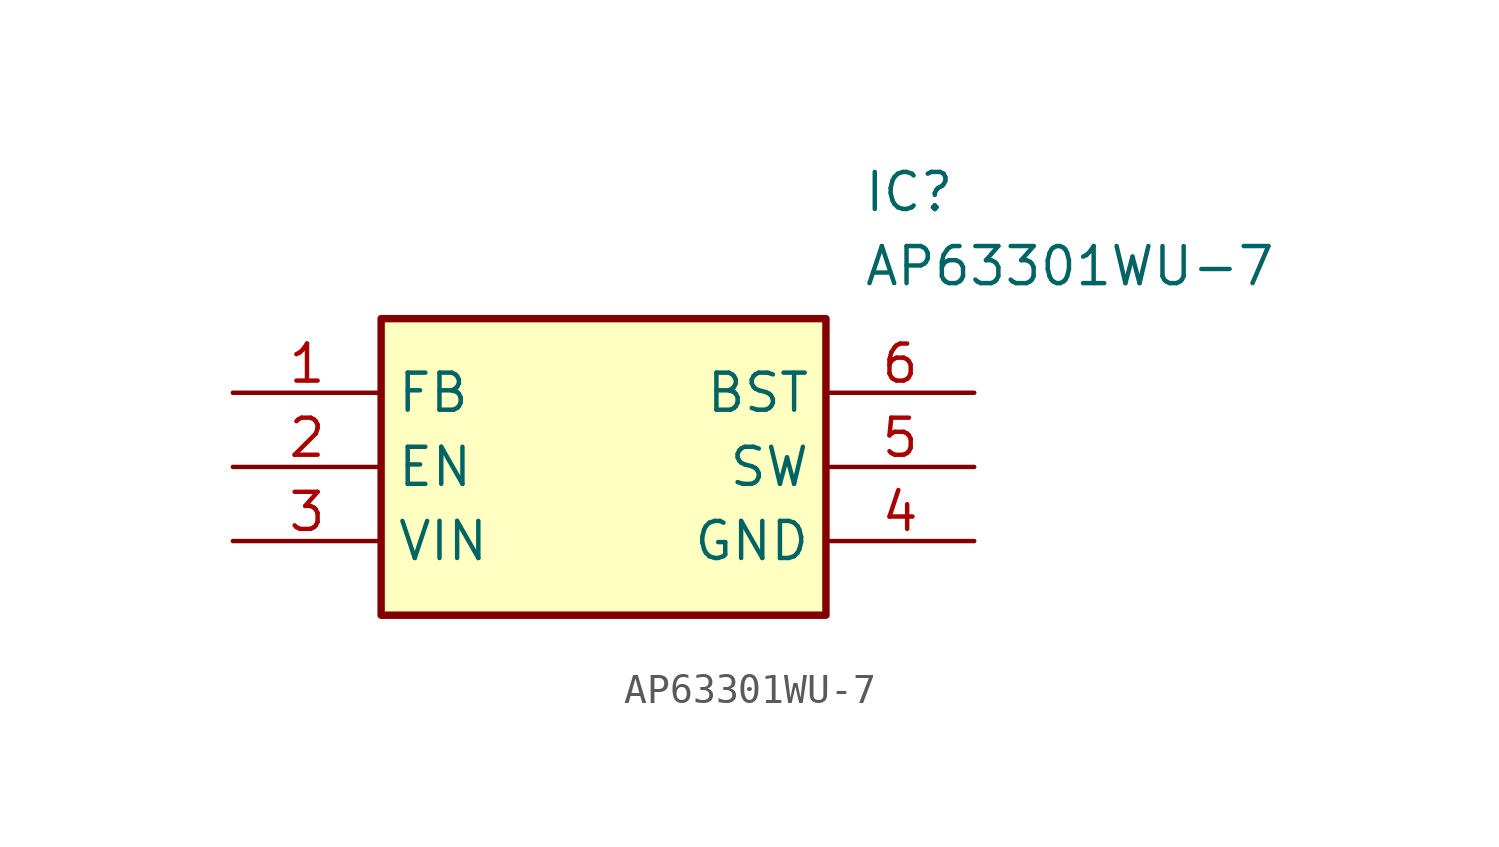
<source format=kicad_sym>
(kicad_symbol_lib
  (version 20211014)
  (generator SamacSys_ECAD_Model)
  (symbol "AP63301WU-7"
    (property "Reference" "IC"
      (at 21.59 7.62 0)
      (effects (font (size 1.27 1.27)) (justify left top)))
    (property "Value" "AP63301WU-7"
      (at 21.59 5.08 0)
      (effects (font (size 1.27 1.27)) (justify left top)))
    (rectangle
      (start 5.08 2.54)
      (end 20.32 -7.62)
      (stroke (width 0.254) (type default))
      (fill (type background)))
    (pin passive line
      (at 0 0 0)
      (length 5.08)
      (name "FB" (effects (font (size 1.27 1.27))))
      (number "1" (effects (font (size 1.27 1.27)))))
    (pin passive line
      (at 0 -2.54 0)
      (length 5.08)
      (name "EN" (effects (font (size 1.27 1.27))))
      (number "2" (effects (font (size 1.27 1.27)))))
    (pin passive line
      (at 0 -5.08 0)
      (length 5.08)
      (name "VIN" (effects (font (size 1.27 1.27))))
      (number "3" (effects (font (size 1.27 1.27)))))
    (pin passive line
      (at 25.4 0 180)
      (length 5.08)
      (name "BST" (effects (font (size 1.27 1.27))))
      (number "6" (effects (font (size 1.27 1.27)))))
    (pin passive line
      (at 25.4 -2.54 180)
      (length 5.08)
      (name "SW" (effects (font (size 1.27 1.27))))
      (number "5" (effects (font (size 1.27 1.27)))))
    (pin passive line
      (at 25.4 -5.08 180)
      (length 5.08)
      (name "GND" (effects (font (size 1.27 1.27))))
      (number "4" (effects (font (size 1.27 1.27)))))))
</source>
